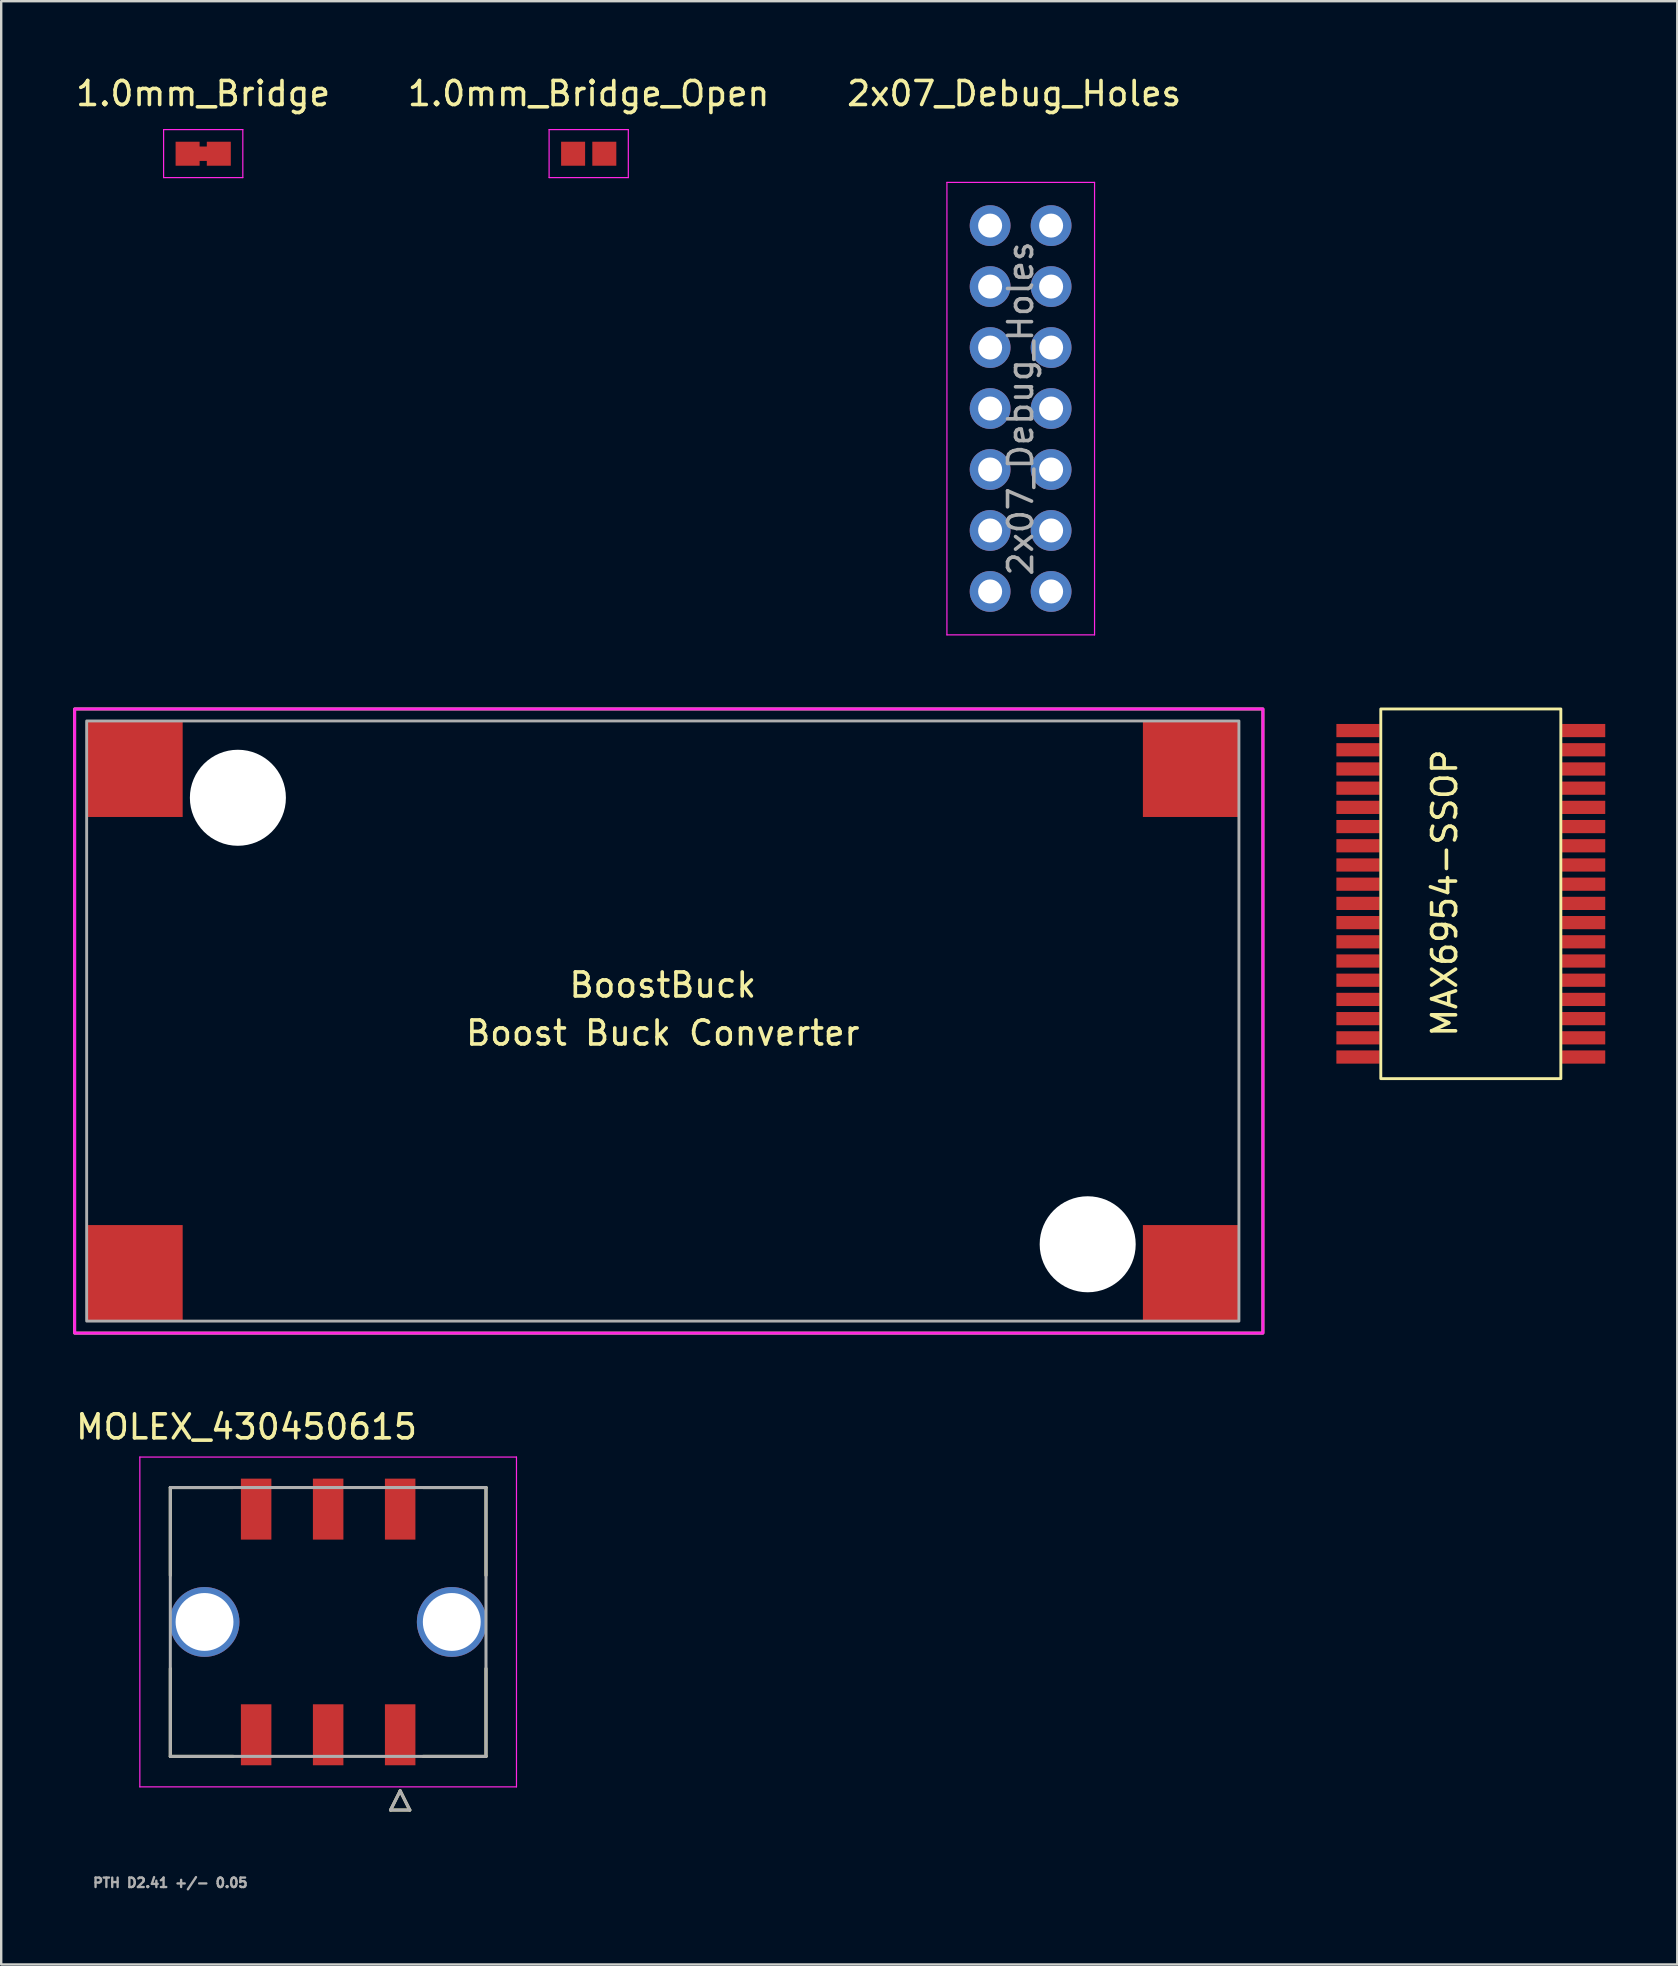
<source format=kicad_pcb>
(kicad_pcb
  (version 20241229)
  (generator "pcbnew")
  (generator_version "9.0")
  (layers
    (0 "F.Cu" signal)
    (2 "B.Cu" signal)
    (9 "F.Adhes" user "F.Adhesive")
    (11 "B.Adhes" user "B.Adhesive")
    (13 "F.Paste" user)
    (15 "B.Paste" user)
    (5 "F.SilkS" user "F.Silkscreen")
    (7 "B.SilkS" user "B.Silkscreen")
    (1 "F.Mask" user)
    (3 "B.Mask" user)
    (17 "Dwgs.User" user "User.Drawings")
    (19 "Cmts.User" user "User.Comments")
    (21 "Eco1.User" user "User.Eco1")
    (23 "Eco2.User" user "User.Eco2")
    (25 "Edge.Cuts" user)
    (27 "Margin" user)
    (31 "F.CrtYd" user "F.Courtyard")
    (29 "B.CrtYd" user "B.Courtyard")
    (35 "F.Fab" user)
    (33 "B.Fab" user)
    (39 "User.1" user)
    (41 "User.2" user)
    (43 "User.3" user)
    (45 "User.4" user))
  (footprint "MAX6954-SSOP"
    (layer "F.Cu")
    (at 58.22 34.183)
    (property "Reference" "MAX6954-SSOP" (at -1.09 -0.03 90) (unlocked yes) (layer "F.SilkS") (effects (font (size 1 1) (thickness 0.15))))
    (attr smd)
    (fp_rect (start -3.75 -7.7) (end 3.75 7.7) (stroke (width 0.12) (type default)) (fill no) (layer "F.SilkS"))
    (pad "1" smd rect (at -4.7 -6.8) (size 1.8 0.55) (layers "F.Cu" "F.Mask" "F.Paste"))
    (pad "2" smd rect (at -4.7 -6) (size 1.8 0.55) (layers "F.Cu" "F.Mask" "F.Paste"))
    (pad "3" smd rect (at -4.7 -5.2) (size 1.8 0.55) (layers "F.Cu" "F.Mask" "F.Paste"))
    (pad "4" smd rect (at -4.7 -4.4) (size 1.8 0.55) (layers "F.Cu" "F.Mask" "F.Paste"))
    (pad "5" smd rect (at -4.7 -3.6) (size 1.8 0.55) (layers "F.Cu" "F.Mask" "F.Paste"))
    (pad "6" smd rect (at -4.7 -2.8) (size 1.8 0.55) (layers "F.Cu" "F.Mask" "F.Paste"))
    (pad "7" smd rect (at -4.7 -2) (size 1.8 0.55) (layers "F.Cu" "F.Mask" "F.Paste"))
    (pad "8" smd rect (at -4.7 -1.2) (size 1.8 0.55) (layers "F.Cu" "F.Mask" "F.Paste"))
    (pad "9" smd rect (at -4.7 -0.4) (size 1.8 0.55) (layers "F.Cu" "F.Mask" "F.Paste"))
    (pad "10" smd rect (at -4.7 0.4) (size 1.8 0.55) (layers "F.Cu" "F.Mask" "F.Paste"))
    (pad "11" smd rect (at -4.7 1.2) (size 1.8 0.55) (layers "F.Cu" "F.Mask" "F.Paste"))
    (pad "12" smd rect (at -4.7 2) (size 1.8 0.55) (layers "F.Cu" "F.Mask" "F.Paste"))
    (pad "13" smd rect (at -4.7 2.8) (size 1.8 0.55) (layers "F.Cu" "F.Mask" "F.Paste"))
    (pad "14" smd rect (at -4.7 3.6) (size 1.8 0.55) (layers "F.Cu" "F.Mask" "F.Paste"))
    (pad "15" smd rect (at -4.7 4.4) (size 1.8 0.55) (layers "F.Cu" "F.Mask" "F.Paste"))
    (pad "16" smd rect (at -4.7 5.2) (size 1.8 0.55) (layers "F.Cu" "F.Mask" "F.Paste"))
    (pad "17" smd rect (at -4.7 6) (size 1.8 0.55) (layers "F.Cu" "F.Mask" "F.Paste"))
    (pad "18" smd rect (at -4.7 6.8) (size 1.8 0.55) (layers "F.Cu" "F.Mask" "F.Paste"))
    (pad "19" smd rect (at 4.7 6.8) (size 1.8 0.55) (layers "F.Cu" "F.Mask" "F.Paste"))
    (pad "20" smd rect (at 4.7 6) (size 1.8 0.55) (layers "F.Cu" "F.Mask" "F.Paste"))
    (pad "21" smd rect (at 4.7 5.2) (size 1.8 0.55) (layers "F.Cu" "F.Mask" "F.Paste"))
    (pad "22" smd rect (at 4.7 4.4) (size 1.8 0.55) (layers "F.Cu" "F.Mask" "F.Paste"))
    (pad "23" smd rect (at 4.7 3.6) (size 1.8 0.55) (layers "F.Cu" "F.Mask" "F.Paste"))
    (pad "24" smd rect (at 4.7 2.8) (size 1.8 0.55) (layers "F.Cu" "F.Mask" "F.Paste"))
    (pad "25" smd rect (at 4.7 2) (size 1.8 0.55) (layers "F.Cu" "F.Mask" "F.Paste"))
    (pad "26" smd rect (at 4.7 1.2) (size 1.8 0.55) (layers "F.Cu" "F.Mask" "F.Paste"))
    (pad "27" smd rect (at 4.7 0.4) (size 1.8 0.55) (layers "F.Cu" "F.Mask" "F.Paste"))
    (pad "28" smd rect (at 4.7 -0.4) (size 1.8 0.55) (layers "F.Cu" "F.Mask" "F.Paste"))
    (pad "29" smd rect (at 4.7 -1.2) (size 1.8 0.55) (layers "F.Cu" "F.Mask" "F.Paste"))
    (pad "30" smd rect (at 4.7 -2) (size 1.8 0.55) (layers "F.Cu" "F.Mask" "F.Paste"))
    (pad "31" smd rect (at 4.7 -2.8) (size 1.8 0.55) (layers "F.Cu" "F.Mask" "F.Paste"))
    (pad "32" smd rect (at 4.7 -3.6) (size 1.8 0.55) (layers "F.Cu" "F.Mask" "F.Paste"))
    (pad "33" smd rect (at 4.7 -4.4) (size 1.8 0.55) (layers "F.Cu" "F.Mask" "F.Paste"))
    (pad "34" smd rect (at 4.7 -5.2) (size 1.8 0.55) (layers "F.Cu" "F.Mask" "F.Paste"))
    (pad "35" smd rect (at 4.7 -6) (size 1.8 0.55) (layers "F.Cu" "F.Mask" "F.Paste"))
    (pad "36" smd rect (at 4.7 -6.8) (size 1.8 0.55) (layers "F.Cu" "F.Mask" "F.Paste")))
  (footprint "MOLEX_430450615"
    (layer "F.Cu")
    (at 10.62 64.516)
    (property "Reference" "MOLEX_430450615" (at -3.4 -8.125 0) (layer "F.SilkS") (effects (font (size 1 1) (thickness 0.15))))
    (attr smd)
    (fp_circle (center -5.15 0) (end -4.384 0) (stroke (width 1.531) (type solid)) (fill no) (layer "F.Mask"))
    (fp_circle (center 5.15 0) (end 5.916 0) (stroke (width 1.531) (type solid)) (fill no) (layer "F.Mask"))
    (fp_poly (pts (xy -3.711 -6.046) (xy -2.289 -6.046) (xy -2.289 -3.354) (xy -3.711 -3.354)) (stroke (width 0.01) (type solid)) (fill yes) (layer "F.Mask"))
    (fp_poly (pts (xy -3.711 3.354) (xy -2.289 3.354) (xy -2.289 6.046) (xy -3.711 6.046)) (stroke (width 0.01) (type solid)) (fill yes) (layer "F.Mask"))
    (fp_poly (pts (xy -0.711 -6.046) (xy 0.711 -6.046) (xy 0.711 -3.354) (xy -0.711 -3.354)) (stroke (width 0.01) (type solid)) (fill yes) (layer "F.Mask"))
    (fp_poly (pts (xy -0.711 3.354) (xy 0.711 3.354) (xy 0.711 6.046) (xy -0.711 6.046)) (stroke (width 0.01) (type solid)) (fill yes) (layer "F.Mask"))
    (fp_poly (pts (xy 2.289 -6.046) (xy 3.711 -6.046) (xy 3.711 -3.354) (xy 2.289 -3.354)) (stroke (width 0.01) (type solid)) (fill yes) (layer "F.Mask"))
    (fp_poly (pts (xy 2.289 3.354) (xy 3.711 3.354) (xy 3.711 6.046) (xy 2.289 6.046)) (stroke (width 0.01) (type solid)) (fill yes) (layer "F.Mask"))
    (fp_circle (center -5.15 0) (end -4.384 0) (stroke (width 1.531) (type solid)) (fill no) (layer "B.Mask"))
    (fp_circle (center 5.15 0) (end 5.916 0) (stroke (width 1.531) (type solid)) (fill no) (layer "B.Mask"))
    (fp_line (start -6.575 -1.94) (end -6.575 -5.6) (stroke (width 0.127) (type solid)) (layer "F.SilkS"))
    (fp_line (start -6.575 1.94) (end -6.575 5.6) (stroke (width 0.127) (type solid)) (layer "F.SilkS"))
    (fp_line (start -6.575 5.6) (end -3.955 5.6) (stroke (width 0.127) (type solid)) (layer "F.SilkS"))
    (fp_line (start -3.955 -5.6) (end -6.575 -5.6) (stroke (width 0.127) (type solid)) (layer "F.SilkS"))
    (fp_line (start 2.6 7.835) (end 3 7.035) (stroke (width 0.127) (type solid)) (layer "F.SilkS"))
    (fp_line (start 3 7.035) (end 3.4 7.835) (stroke (width 0.127) (type solid)) (layer "F.SilkS"))
    (fp_line (start 3.4 7.835) (end 2.6 7.835) (stroke (width 0.127) (type solid)) (layer "F.SilkS"))
    (fp_line (start 3.955 -5.6) (end 6.575 -5.6) (stroke (width 0.127) (type solid)) (layer "F.SilkS"))
    (fp_line (start 6.575 -1.94) (end 6.575 -5.6) (stroke (width 0.127) (type solid)) (layer "F.SilkS"))
    (fp_line (start 6.575 5.6) (end 3.955 5.6) (stroke (width 0.127) (type solid)) (layer "F.SilkS"))
    (fp_line (start 6.575 5.6) (end 6.575 1.94) (stroke (width 0.127) (type solid)) (layer "F.SilkS"))
    (fp_line (start -7.845 -6.87) (end -7.845 6.87) (stroke (width 0.05) (type solid)) (layer "F.CrtYd"))
    (fp_line (start -7.845 6.87) (end 7.845 6.87) (stroke (width 0.05) (type solid)) (layer "F.CrtYd"))
    (fp_line (start 7.845 -6.87) (end -7.845 -6.87) (stroke (width 0.05) (type solid)) (layer "F.CrtYd"))
    (fp_line (start 7.845 6.87) (end 7.845 -6.87) (stroke (width 0.05) (type solid)) (layer "F.CrtYd"))
    (fp_line (start -6.575 -5.6) (end 6.575 -5.6) (stroke (width 0.127) (type solid)) (layer "F.Fab"))
    (fp_line (start -6.575 5.6) (end -6.575 -5.6) (stroke (width 0.127) (type solid)) (layer "F.Fab"))
    (fp_line (start 2.6 7.835) (end 3 7.035) (stroke (width 0.127) (type solid)) (layer "F.Fab"))
    (fp_line (start 3 7.035) (end 3.4 7.835) (stroke (width 0.127) (type solid)) (layer "F.Fab"))
    (fp_line (start 3.4 7.835) (end 2.6 7.835) (stroke (width 0.127) (type solid)) (layer "F.Fab"))
    (fp_line (start 6.575 -5.6) (end 6.575 5.6) (stroke (width 0.127) (type solid)) (layer "F.Fab"))
    (fp_line (start 6.575 5.6) (end -6.575 5.6) (stroke (width 0.127) (type solid)) (layer "F.Fab"))
    (fp_text user "PTH D2.41 +/- 0.05" (at -6.575 10.865 0) (layer "F.Fab") (effects (font (size 0.394 0.394) (thickness 0.15))))
    (pad "1" smd rect (at 3 4.7) (size 1.27 2.54) (layers "F.Cu" "F.Paste"))
    (pad "2" smd rect (at 0 4.7) (size 1.27 2.54) (layers "F.Cu" "F.Paste"))
    (pad "3" smd rect (at -3 4.7) (size 1.27 2.54) (layers "F.Cu" "F.Paste"))
    (pad "4" smd rect (at 3 -4.7) (size 1.27 2.54) (layers "F.Cu" "F.Paste"))
    (pad "5" smd rect (at 0 -4.7) (size 1.27 2.54) (layers "F.Cu" "F.Paste"))
    (pad "6" smd rect (at -3 -4.7) (size 1.27 2.54) (layers "F.Cu" "F.Paste"))
    (pad "S1" thru_hole circle (at 5.15 0) (size 2.91 2.91) (drill 2.41) (layers "*.Cu"))
    (pad "S2" thru_hole circle (at -5.15 0) (size 2.91 2.91) (drill 2.41) (layers "*.Cu")))
  (footprint "1.0mm_Bridge"
    (layer "F.Cu")
    (at 5.411 3.348)
    (property "Reference" "1.0mm_Bridge" (at 0 -2.5 0) (unlocked yes) (layer "F.SilkS") (effects (font (size 1 1) (thickness 0.15))))
    (attr smd)
    (fp_poly (pts (xy -0.246 -0.294) (xy 0.254 -0.294) (xy 0.254 0.306) (xy -0.246 0.306)) (stroke (width 0) (type solid)) (fill yes) (layer "F.Cu"))
    (fp_line (start -1.646 -1) (end -1.646 1) (stroke (width 0.05) (type solid)) (layer "F.CrtYd"))
    (fp_line (start -1.646 -1) (end 1.654 -1) (stroke (width 0.05) (type solid)) (layer "F.CrtYd"))
    (fp_line (start 1.654 1) (end -1.646 1) (stroke (width 0.05) (type solid)) (layer "F.CrtYd"))
    (fp_line (start 1.654 1) (end 1.654 -1) (stroke (width 0.05) (type solid)) (layer "F.CrtYd"))
    (pad "1" smd rect (at -0.646 0.006) (size 1 1) (layers "F.Cu" "F.Mask"))
    (pad "2" smd rect (at 0.654 0.006) (size 1 1) (layers "F.Cu" "F.Mask")))
  (footprint "2x07_Debug_Holes"
    (layer "F.Cu")
    (at 38.196 6.348)
    (property "Reference" "2x07_Debug_Holes" (at 1 -5.5 0) (unlocked yes) (layer "F.SilkS") (effects (font (size 1 1) (thickness 0.15))))
    (attr through_hole)
    (fp_line (start -1.8 -1.8) (end -1.8 17.05) (stroke (width 0.05) (type solid)) (layer "F.CrtYd"))
    (fp_line (start -1.8 17.05) (end 4.35 17.05) (stroke (width 0.05) (type solid)) (layer "F.CrtYd"))
    (fp_line (start 4.35 -1.8) (end -1.8 -1.8) (stroke (width 0.05) (type solid)) (layer "F.CrtYd"))
    (fp_line (start 4.35 17.05) (end 4.35 -1.8) (stroke (width 0.05) (type solid)) (layer "F.CrtYd"))
    (fp_text user "${REFERENCE}" (at 1.27 7.62 90) (layer "F.Fab") (effects (font (size 1 1) (thickness 0.15))))
    (pad "1a" thru_hole circle (at 0 0) (size 1.7 1.7) (drill 1) (layers "*.Cu" "*.Mask"))
    (pad "1b" thru_hole oval (at 2.54 0) (size 1.7 1.7) (drill 1) (layers "*.Cu" "*.Mask"))
    (pad "2a" thru_hole oval (at 0 2.54) (size 1.7 1.7) (drill 1) (layers "*.Cu" "*.Mask"))
    (pad "2b" thru_hole oval (at 2.54 2.54) (size 1.7 1.7) (drill 1) (layers "*.Cu" "*.Mask"))
    (pad "3a" thru_hole oval (at 0 5.08) (size 1.7 1.7) (drill 1) (layers "*.Cu" "*.Mask"))
    (pad "3b" thru_hole oval (at 2.54 5.08) (size 1.7 1.7) (drill 1) (layers "*.Cu" "*.Mask"))
    (pad "4a" thru_hole oval (at 0 7.62) (size 1.7 1.7) (drill 1) (layers "*.Cu" "*.Mask"))
    (pad "4b" thru_hole oval (at 2.54 7.62) (size 1.7 1.7) (drill 1) (layers "*.Cu" "*.Mask"))
    (pad "5a" thru_hole oval (at 0 10.16) (size 1.7 1.7) (drill 1) (layers "*.Cu" "*.Mask"))
    (pad "5b" thru_hole oval (at 2.54 10.16) (size 1.7 1.7) (drill 1) (layers "*.Cu" "*.Mask"))
    (pad "6a" thru_hole oval (at 0 12.7) (size 1.7 1.7) (drill 1) (layers "*.Cu" "*.Mask"))
    (pad "6b" thru_hole oval (at 2.54 12.7) (size 1.7 1.7) (drill 1) (layers "*.Cu" "*.Mask"))
    (pad "7a" thru_hole oval (at 0 15.24) (size 1.7 1.7) (drill 1) (layers "*.Cu" "*.Mask"))
    (pad "7b" thru_hole oval (at 2.54 15.24) (size 1.7 1.7) (drill 1) (layers "*.Cu" "*.Mask")))
  (footprint "BoostBuck"
    (layer "F.Cu")
    (at 2.06 28.483)
    (property "Reference" "BoostBuck" (at 22.5 9.5 0) (unlocked yes) (layer "F.SilkS") (effects (font (size 1 1) (thickness 0.15))))
    (fp_rect (start -2 -2) (end 47.5 24) (stroke (width 0.12) (type solid)) (fill no) (layer "F.SilkS"))
    (fp_rect (start -2 -2) (end 47.5 24) (stroke (width 0.12) (type solid)) (fill no) (layer "F.CrtYd"))
    (fp_rect (start -1.5 -1.5) (end 46.5 23.5) (stroke (width 0.12) (type solid)) (fill no) (layer "F.Fab"))
    (fp_text user "Boost Buck Converter" (at 22.5 11.5 0) (unlocked yes) (layer "F.SilkS") (effects (font (size 1 1) (thickness 0.15))))
    (pad "" np_thru_hole circle (at 4.8 1.7) (size 4 4) (drill 4) (layers "*.Cu" "*.Mask"))
    (pad "" np_thru_hole circle (at 40.2 20.3 180) (size 4 4) (drill 4) (layers "*.Cu" "*.Mask"))
    (pad "1" smd rect (at 0.5 0.5) (size 4 4) (layers "F.Cu" "F.Mask" "F.Paste"))
    (pad "2" smd rect (at 0.5 21.5) (size 4 4) (layers "F.Cu" "F.Mask" "F.Paste"))
    (pad "3" smd rect (at 44.5 0.5) (size 4 4) (layers "F.Cu" "F.Mask" "F.Paste"))
    (pad "4" smd rect (at 44.5 21.5) (size 4 4) (layers "F.Cu" "F.Mask" "F.Paste")))
  (footprint "1.0mm_Bridge_Open"
    (layer "F.Cu")
    (at 21.47 3.348)
    (property "Reference" "1.0mm_Bridge_Open" (at 0 -2.5 0) (unlocked yes) (layer "F.SilkS") (effects (font (size 1 1) (thickness 0.15))))
    (attr smd)
    (fp_line (start -1.646 -1) (end -1.646 1) (stroke (width 0.05) (type solid)) (layer "F.CrtYd"))
    (fp_line (start -1.646 -1) (end 1.654 -1) (stroke (width 0.05) (type solid)) (layer "F.CrtYd"))
    (fp_line (start 1.654 1) (end -1.646 1) (stroke (width 0.05) (type solid)) (layer "F.CrtYd"))
    (fp_line (start 1.654 1) (end 1.654 -1) (stroke (width 0.05) (type solid)) (layer "F.CrtYd"))
    (pad "1" smd rect (at -0.646 0.006) (size 1 1) (layers "F.Cu" "F.Mask"))
    (pad "2" smd rect (at 0.654 0.006) (size 1 1) (layers "F.Cu" "F.Mask")))
  (gr_rect
    (start -3 -3)
    (end 66.82 78.785)
    (stroke (width 0.1) (type default))
    (fill no)
    (layer "Edge.Cuts")))
</source>
